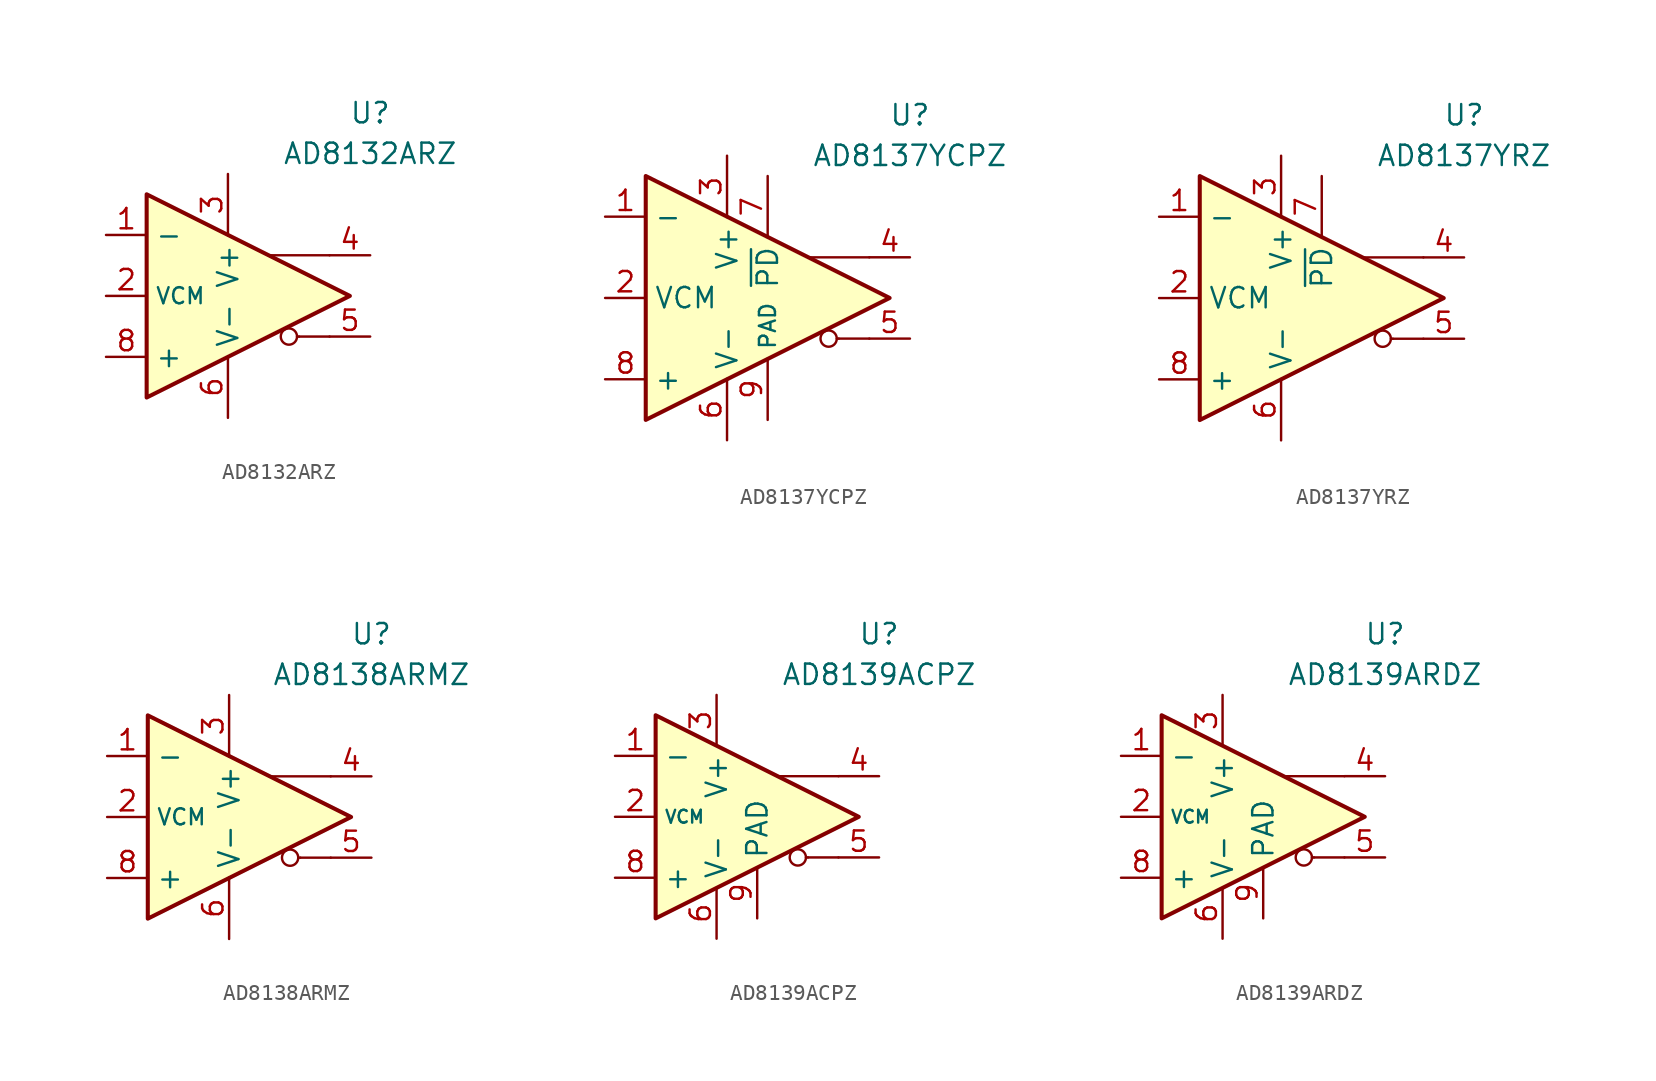
<source format=kicad_sym>
(kicad_symbol_lib
  (version 20211014)
  (generator kicad_symbol_editor)
  (symbol "AD8132ARZ"
    (property "Reference" "U"
      (at 8.89 11.43 0)
      (effects (font (size 1.27 1.27))))
    (property "Value" "AD8132ARZ"
      (at 8.89 8.89 0)
      (effects (font (size 1.27 1.27))))
    (symbol "AD8132ARZ_0_0"
      (polyline (pts (xy 4.445 -2.54) (xy 4.318 -2.54)) (stroke (width 0.152) (type default) (color 0 0 0 0)) (fill (type none)))
      (polyline (pts (xy 6.35 -2.54) (xy 4.445 -2.54)) (stroke (width 0.152) (type default) (color 0 0 0 0)) (fill (type none)))
      (polyline (pts (xy 6.35 2.54) (xy 2.54 2.54)) (stroke (width 0.152) (type default) (color 0 0 0 0)) (fill (type none)))
      (circle (center 3.81 -2.54) (radius 0.508) (stroke (width 0.152) (type default) (color 0 0 0 0)) (fill (type none))))
    (symbol "AD8132ARZ_0_1"
      (polyline (pts (xy -5.08 6.35) (xy -5.08 -6.35) (xy 7.62 0) (xy -5.08 6.35)) (stroke (width 0.254) (type default) (color 0 0 0 0)) (fill (type background))))
    (symbol "AD8132ARZ_1_1"
      (pin input line (at -7.62 3.81 0) (length 2.54) (name "-" (effects (font (size 1.27 1.27)))) (number "1" (effects (font (size 1.27 1.27)))))
      (pin input line (at -7.62 0 0) (length 2.54) (name "VCM" (effects (font (size 1 1)))) (number "2" (effects (font (size 1.27 1.27)))))
      (pin power_in line (at 0 7.62 270) (length 3.84) (name "V+" (effects (font (size 1.27 1.27)))) (number "3" (effects (font (size 1.27 1.27)))))
      (pin output line (at 8.89 2.54 180) (length 2.54) (name "~" (effects (font (size 1.27 1.27)))) (number "4" (effects (font (size 1.27 1.27)))))
      (pin output line (at 8.89 -2.54 180) (length 2.54) (name "~" (effects (font (size 1.27 1.27)))) (number "5" (effects (font (size 1.27 1.27)))))
      (pin power_in line (at 0 -7.62 90) (length 3.84) (name "V-" (effects (font (size 1.27 1.27)))) (number "6" (effects (font (size 1.27 1.27)))))
      (pin no_connect line (at 0 0 0) (length 2.54) hide (name "NC" (effects (font (size 1.27 1.27)))) (number "7" (effects (font (size 1.27 1.27)))))
      (pin input line (at -7.62 -3.81 0) (length 2.54) (name "+" (effects (font (size 1.27 1.27)))) (number "8" (effects (font (size 1.27 1.27)))))))
  (symbol "AD8137YCPZ"
    (property "Reference" "U"
      (at 8.89 11.43 0)
      (effects (font (size 1.27 1.27))))
    (property "Value" "AD8137YCPZ"
      (at 8.89 8.89 0)
      (effects (font (size 1.27 1.27))))
    (symbol "AD8137YCPZ_0_0"
      (polyline (pts (xy 4.445 -2.54) (xy 4.318 -2.54)) (stroke (width 0.152) (type default) (color 0 0 0 0)) (fill (type none)))
      (polyline (pts (xy 6.35 -2.54) (xy 4.445 -2.54)) (stroke (width 0.152) (type default) (color 0 0 0 0)) (fill (type none)))
      (polyline (pts (xy 6.35 2.54) (xy 2.54 2.54)) (stroke (width 0.152) (type default) (color 0 0 0 0)) (fill (type none)))
      (circle (center 3.81 -2.54) (radius 0.508) (stroke (width 0.152) (type default) (color 0 0 0 0)) (fill (type none))))
    (symbol "AD8137YCPZ_0_1"
      (polyline (pts (xy -7.62 7.62) (xy -7.62 -7.62) (xy 7.62 0) (xy -7.62 7.62)) (stroke (width 0.254) (type default) (color 0 0 0 0)) (fill (type background))))
    (symbol "AD8137YCPZ_1_1"
      (pin input line (at -10.16 5.08 0) (length 2.54) (name "-" (effects (font (size 1.27 1.27)))) (number "1" (effects (font (size 1.27 1.27)))))
      (pin input line (at -10.16 0 0) (length 2.54) (name "VCM" (effects (font (size 1.27 1.27)))) (number "2" (effects (font (size 1.27 1.27)))))
      (pin power_in line (at -2.54 8.89 270) (length 3.84) (name "V+" (effects (font (size 1.27 1.27)))) (number "3" (effects (font (size 1.27 1.27)))))
      (pin output line (at 8.89 2.54 180) (length 2.54) (name "~" (effects (font (size 1.27 1.27)))) (number "4" (effects (font (size 1.27 1.27)))))
      (pin output line (at 8.89 -2.54 180) (length 2.54) (name "~" (effects (font (size 1.27 1.27)))) (number "5" (effects (font (size 1.27 1.27)))))
      (pin power_in line (at -2.54 -8.89 90) (length 3.84) (name "V-" (effects (font (size 1.27 1.27)))) (number "6" (effects (font (size 1.27 1.27)))))
      (pin input line (at 0 7.62 270) (length 3.84) (name "~{PD}" (effects (font (size 1.27 1.27)))) (number "7" (effects (font (size 1.27 1.27)))))
      (pin input line (at -10.16 -5.08 0) (length 2.54) (name "+" (effects (font (size 1.27 1.27)))) (number "8" (effects (font (size 1.27 1.27)))))
      (pin power_in line (at 0 -7.62 90) (length 3.84) (name "PAD" (effects (font (size 1 1)))) (number "9" (effects (font (size 1.27 1.27)))))))
  (symbol "AD8137YRZ"
    (property "Reference" "U"
      (at 8.89 11.43 0)
      (effects (font (size 1.27 1.27))))
    (property "Value" "AD8137YRZ"
      (at 8.89 8.89 0)
      (effects (font (size 1.27 1.27))))
    (symbol "AD8137YRZ_0_0"
      (polyline (pts (xy 4.445 -2.54) (xy 4.318 -2.54)) (stroke (width 0.152) (type default) (color 0 0 0 0)) (fill (type none)))
      (polyline (pts (xy 6.35 -2.54) (xy 4.445 -2.54)) (stroke (width 0.152) (type default) (color 0 0 0 0)) (fill (type none)))
      (polyline (pts (xy 6.35 2.54) (xy 2.54 2.54)) (stroke (width 0.152) (type default) (color 0 0 0 0)) (fill (type none)))
      (circle (center 3.81 -2.54) (radius 0.508) (stroke (width 0.152) (type default) (color 0 0 0 0)) (fill (type none))))
    (symbol "AD8137YRZ_0_1"
      (polyline (pts (xy -7.62 7.62) (xy -7.62 -7.62) (xy 7.62 0) (xy -7.62 7.62)) (stroke (width 0.254) (type default) (color 0 0 0 0)) (fill (type background))))
    (symbol "AD8137YRZ_1_1"
      (pin input line (at -10.16 5.08 0) (length 2.54) (name "-" (effects (font (size 1.27 1.27)))) (number "1" (effects (font (size 1.27 1.27)))))
      (pin input line (at -10.16 0 0) (length 2.54) (name "VCM" (effects (font (size 1.27 1.27)))) (number "2" (effects (font (size 1.27 1.27)))))
      (pin power_in line (at -2.54 8.89 270) (length 3.84) (name "V+" (effects (font (size 1.27 1.27)))) (number "3" (effects (font (size 1.27 1.27)))))
      (pin output line (at 8.89 2.54 180) (length 2.54) (name "~" (effects (font (size 1.27 1.27)))) (number "4" (effects (font (size 1.27 1.27)))))
      (pin output line (at 8.89 -2.54 180) (length 2.54) (name "~" (effects (font (size 1.27 1.27)))) (number "5" (effects (font (size 1.27 1.27)))))
      (pin power_in line (at -2.54 -8.89 90) (length 3.84) (name "V-" (effects (font (size 1.27 1.27)))) (number "6" (effects (font (size 1.27 1.27)))))
      (pin input line (at 0 7.62 270) (length 3.84) (name "~{PD}" (effects (font (size 1.27 1.27)))) (number "7" (effects (font (size 1.27 1.27)))))
      (pin input line (at -10.16 -5.08 0) (length 2.54) (name "+" (effects (font (size 1.27 1.27)))) (number "8" (effects (font (size 1.27 1.27)))))))
  (symbol "AD8138ARMZ"
    (property "Reference" "U"
      (at 8.89 11.43 0)
      (effects (font (size 1.27 1.27))))
    (property "Value" "AD8138ARMZ"
      (at 8.89 8.89 0)
      (effects (font (size 1.27 1.27))))
    (symbol "AD8138ARMZ_0_0"
      (polyline (pts (xy 4.445 -2.54) (xy 4.318 -2.54)) (stroke (width 0.152) (type default) (color 0 0 0 0)) (fill (type none)))
      (polyline (pts (xy 6.35 -2.54) (xy 4.445 -2.54)) (stroke (width 0.152) (type default) (color 0 0 0 0)) (fill (type none)))
      (polyline (pts (xy 6.35 2.54) (xy 2.54 2.54)) (stroke (width 0.152) (type default) (color 0 0 0 0)) (fill (type none)))
      (circle (center 3.81 -2.54) (radius 0.508) (stroke (width 0.152) (type default) (color 0 0 0 0)) (fill (type none))))
    (symbol "AD8138ARMZ_0_1"
      (polyline (pts (xy -5.08 6.35) (xy -5.08 -6.35) (xy 7.62 0) (xy -5.08 6.35)) (stroke (width 0.254) (type default) (color 0 0 0 0)) (fill (type background))))
    (symbol "AD8138ARMZ_1_1"
      (pin input line (at -7.62 3.81 0) (length 2.54) (name "-" (effects (font (size 1.27 1.27)))) (number "1" (effects (font (size 1.27 1.27)))))
      (pin input line (at -7.62 0 0) (length 2.54) (name "VCM" (effects (font (size 1 1)))) (number "2" (effects (font (size 1.27 1.27)))))
      (pin power_in line (at 0 7.62 270) (length 3.84) (name "V+" (effects (font (size 1.27 1.27)))) (number "3" (effects (font (size 1.27 1.27)))))
      (pin output line (at 8.89 2.54 180) (length 2.54) (name "~" (effects (font (size 1.27 1.27)))) (number "4" (effects (font (size 1.27 1.27)))))
      (pin output line (at 8.89 -2.54 180) (length 2.54) (name "~" (effects (font (size 1.27 1.27)))) (number "5" (effects (font (size 1.27 1.27)))))
      (pin power_in line (at 0 -7.62 90) (length 3.84) (name "V-" (effects (font (size 1.27 1.27)))) (number "6" (effects (font (size 1.27 1.27)))))
      (pin no_connect line (at 0 0 0) (length 2.54) hide (name "NC" (effects (font (size 1.27 1.27)))) (number "7" (effects (font (size 1.27 1.27)))))
      (pin input line (at -7.62 -3.81 0) (length 2.54) (name "+" (effects (font (size 1.27 1.27)))) (number "8" (effects (font (size 1.27 1.27)))))))
  (symbol "AD8139ACPZ"
    (property "Reference" "U"
      (at 8.89 11.43 0)
      (effects (font (size 1.27 1.27))))
    (property "Value" "AD8139ACPZ"
      (at 8.89 8.89 0)
      (effects (font (size 1.27 1.27))))
    (symbol "AD8139ACPZ_0_0"
      (polyline (pts (xy 4.445 -2.54) (xy 4.318 -2.54)) (stroke (width 0.152) (type default) (color 0 0 0 0)) (fill (type none)))
      (polyline (pts (xy 6.35 -2.54) (xy 4.445 -2.54)) (stroke (width 0.152) (type default) (color 0 0 0 0)) (fill (type none)))
      (polyline (pts (xy 6.35 2.54) (xy 2.54 2.54)) (stroke (width 0.152) (type default) (color 0 0 0 0)) (fill (type none)))
      (circle (center 3.81 -2.54) (radius 0.508) (stroke (width 0.152) (type default) (color 0 0 0 0)) (fill (type none))))
    (symbol "AD8139ACPZ_0_1"
      (polyline (pts (xy -5.08 6.35) (xy -5.08 -6.35) (xy 7.62 0) (xy -5.08 6.35)) (stroke (width 0.254) (type default) (color 0 0 0 0)) (fill (type background))))
    (symbol "AD8139ACPZ_1_1"
      (pin input line (at -7.62 3.81 0) (length 2.54) (name "-" (effects (font (size 1.27 1.27)))) (number "1" (effects (font (size 1.27 1.27)))))
      (pin input line (at -7.62 0 0) (length 2.54) (name "VCM" (effects (font (size 0.8 0.8)))) (number "2" (effects (font (size 1.27 1.27)))))
      (pin power_in line (at -1.27 7.62 270) (length 3.18) (name "V+" (effects (font (size 1.27 1.27)))) (number "3" (effects (font (size 1.27 1.27)))))
      (pin output line (at 8.89 2.54 180) (length 2.54) (name "~" (effects (font (size 1.27 1.27)))) (number "4" (effects (font (size 1.27 1.27)))))
      (pin output line (at 8.89 -2.54 180) (length 2.54) (name "~" (effects (font (size 1.27 1.27)))) (number "5" (effects (font (size 1.27 1.27)))))
      (pin power_in line (at -1.27 -7.62 90) (length 3.18) (name "V-" (effects (font (size 1.27 1.27)))) (number "6" (effects (font (size 1.27 1.27)))))
      (pin no_connect line (at 0 0 0) (length 2.54) hide (name "NC" (effects (font (size 1.27 1.27)))) (number "7" (effects (font (size 1.27 1.27)))))
      (pin input line (at -7.62 -3.81 0) (length 2.54) (name "+" (effects (font (size 1.27 1.27)))) (number "8" (effects (font (size 1.27 1.27)))))
      (pin power_in line (at 1.27 -6.35 90) (length 3.18) (name "PAD" (effects (font (size 1.27 1.27)))) (number "9" (effects (font (size 1.27 1.27)))))))
  (symbol "AD8139ARDZ"
    (property "Reference" "U"
      (at 8.89 11.43 0)
      (effects (font (size 1.27 1.27))))
    (property "Value" "AD8139ARDZ"
      (at 8.89 8.89 0)
      (effects (font (size 1.27 1.27))))
    (symbol "AD8139ARDZ_0_0"
      (polyline (pts (xy 4.445 -2.54) (xy 4.318 -2.54)) (stroke (width 0.152) (type default) (color 0 0 0 0)) (fill (type none)))
      (polyline (pts (xy 6.35 -2.54) (xy 4.445 -2.54)) (stroke (width 0.152) (type default) (color 0 0 0 0)) (fill (type none)))
      (polyline (pts (xy 6.35 2.54) (xy 2.54 2.54)) (stroke (width 0.152) (type default) (color 0 0 0 0)) (fill (type none)))
      (circle (center 3.81 -2.54) (radius 0.508) (stroke (width 0.152) (type default) (color 0 0 0 0)) (fill (type none))))
    (symbol "AD8139ARDZ_0_1"
      (polyline (pts (xy -5.08 6.35) (xy -5.08 -6.35) (xy 7.62 0) (xy -5.08 6.35)) (stroke (width 0.254) (type default) (color 0 0 0 0)) (fill (type background))))
    (symbol "AD8139ARDZ_1_1"
      (pin input line (at -7.62 3.81 0) (length 2.54) (name "-" (effects (font (size 1.27 1.27)))) (number "1" (effects (font (size 1.27 1.27)))))
      (pin input line (at -7.62 0 0) (length 2.54) (name "VCM" (effects (font (size 0.8 0.8)))) (number "2" (effects (font (size 1.27 1.27)))))
      (pin power_in line (at -1.27 7.62 270) (length 3.18) (name "V+" (effects (font (size 1.27 1.27)))) (number "3" (effects (font (size 1.27 1.27)))))
      (pin output line (at 8.89 2.54 180) (length 2.54) (name "~" (effects (font (size 1.27 1.27)))) (number "4" (effects (font (size 1.27 1.27)))))
      (pin output line (at 8.89 -2.54 180) (length 2.54) (name "~" (effects (font (size 1.27 1.27)))) (number "5" (effects (font (size 1.27 1.27)))))
      (pin power_in line (at -1.27 -7.62 90) (length 3.18) (name "V-" (effects (font (size 1.27 1.27)))) (number "6" (effects (font (size 1.27 1.27)))))
      (pin no_connect line (at 0 0 0) (length 2.54) hide (name "NC" (effects (font (size 1.27 1.27)))) (number "7" (effects (font (size 1.27 1.27)))))
      (pin input line (at -7.62 -3.81 0) (length 2.54) (name "+" (effects (font (size 1.27 1.27)))) (number "8" (effects (font (size 1.27 1.27)))))
      (pin power_in line (at 1.27 -6.35 90) (length 3.18) (name "PAD" (effects (font (size 1.27 1.27)))) (number "9" (effects (font (size 1.27 1.27))))))))
</source>
